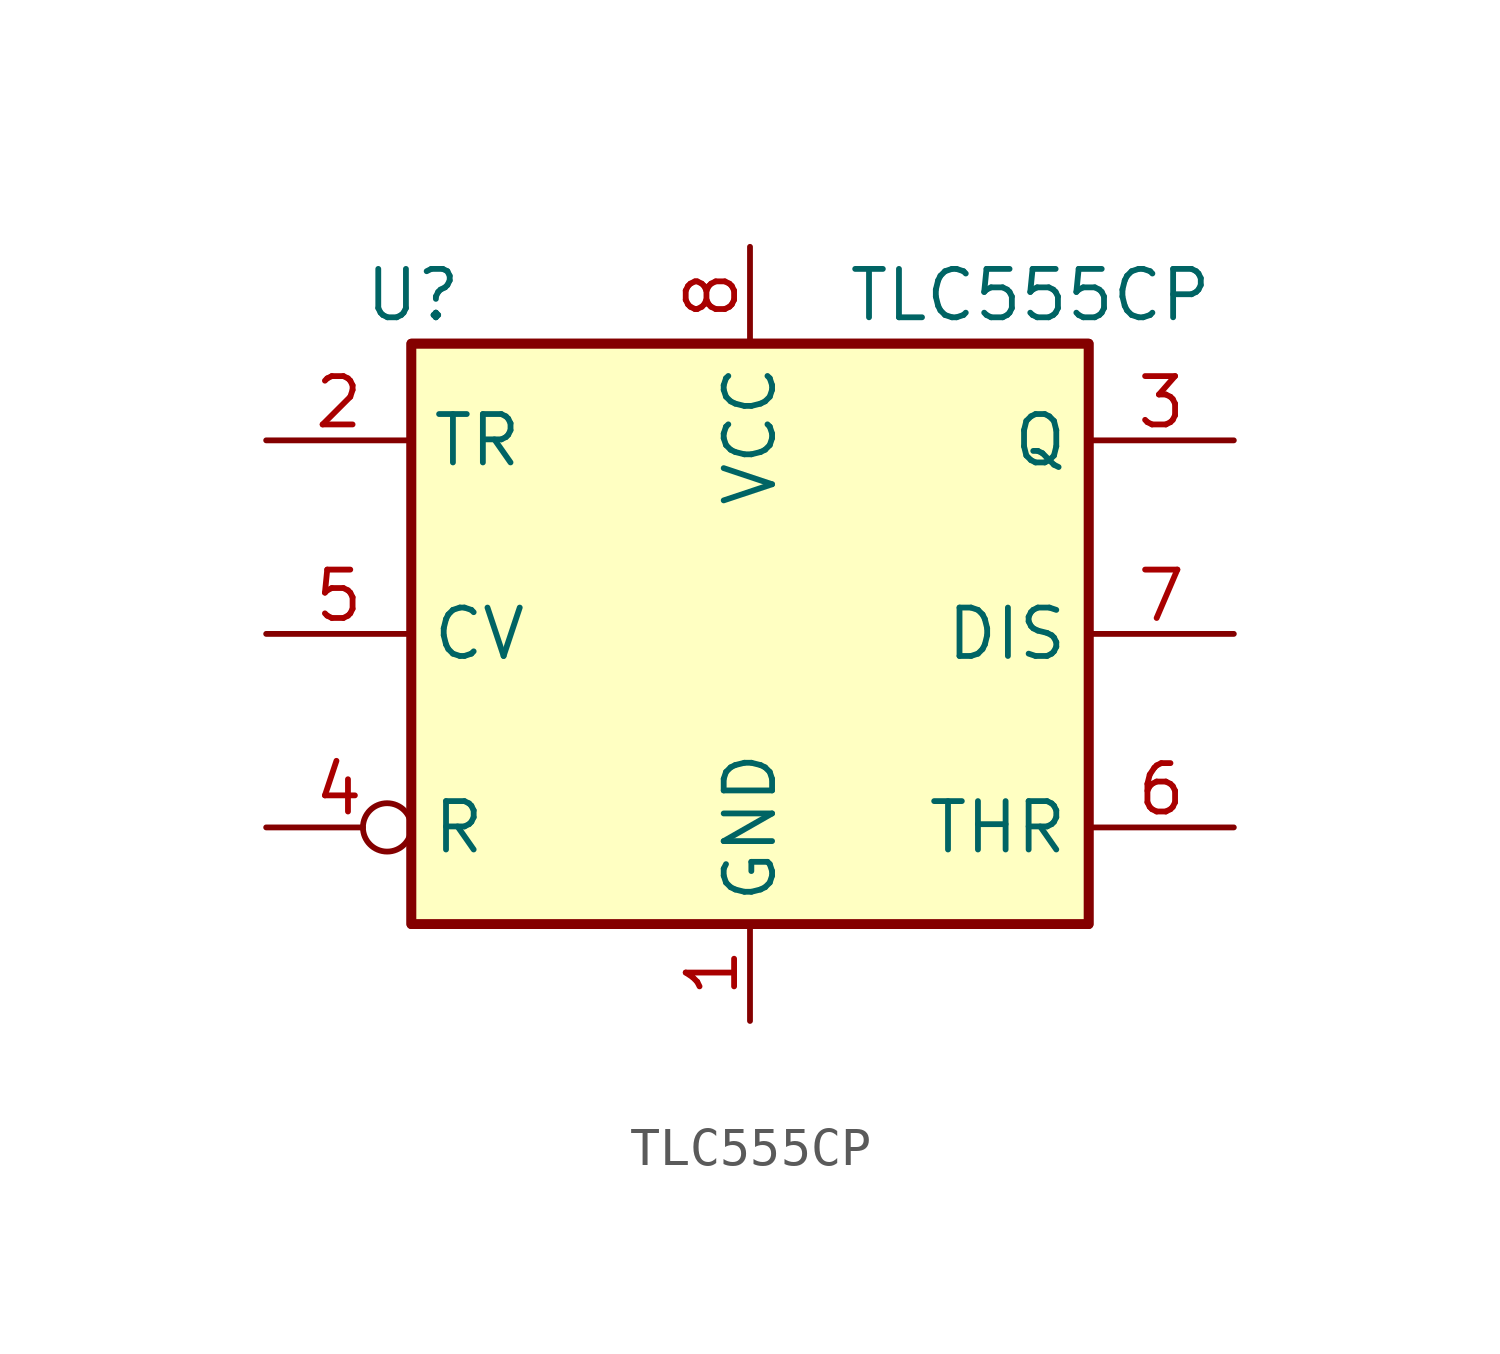
<source format=kicad_sym>
(kicad_symbol_lib
  (version 20220914)
  (generator kicad_symbol_editor)
  (symbol "TLC555CP"
    (property "Reference" "U"
      (at -10.16 8.89 0)
      (effects (font (size 1.27 1.27)) (justify left)))
    (property "Value" "TLC555CP"
      (at 2.54 8.89 0)
      (effects (font (size 1.27 1.27)) (justify left)))
    (symbol "TLC555CP_0_0"
      (pin power_in line (at 0 -10.16 90) (length 2.54) (name "GND" (effects (font (size 1.27 1.27)))) (number "1" (effects (font (size 1.27 1.27)))))
      (pin power_in line (at 0 10.16 270) (length 2.54) (name "VCC" (effects (font (size 1.27 1.27)))) (number "8" (effects (font (size 1.27 1.27))))))
    (symbol "TLC555CP_0_1"
      (rectangle (start -8.89 -7.62) (end 8.89 7.62) (stroke (width 0.254) (type default)) (fill (type background)))
      (rectangle (start -8.89 -7.62) (end 8.89 7.62) (stroke (width 0.254) (type default)) (fill (type background))))
    (symbol "TLC555CP_1_1"
      (pin input line (at -12.7 5.08 0) (length 3.81) (name "TR" (effects (font (size 1.27 1.27)))) (number "2" (effects (font (size 1.27 1.27)))))
      (pin output line (at 12.7 5.08 180) (length 3.81) (name "Q" (effects (font (size 1.27 1.27)))) (number "3" (effects (font (size 1.27 1.27)))))
      (pin input inverted (at -12.7 -5.08 0) (length 3.81) (name "R" (effects (font (size 1.27 1.27)))) (number "4" (effects (font (size 1.27 1.27)))))
      (pin input line (at -12.7 0 0) (length 3.81) (name "CV" (effects (font (size 1.27 1.27)))) (number "5" (effects (font (size 1.27 1.27)))))
      (pin input line (at 12.7 -5.08 180) (length 3.81) (name "THR" (effects (font (size 1.27 1.27)))) (number "6" (effects (font (size 1.27 1.27)))))
      (pin input line (at 12.7 0 180) (length 3.81) (name "DIS" (effects (font (size 1.27 1.27)))) (number "7" (effects (font (size 1.27 1.27))))))))
</source>
